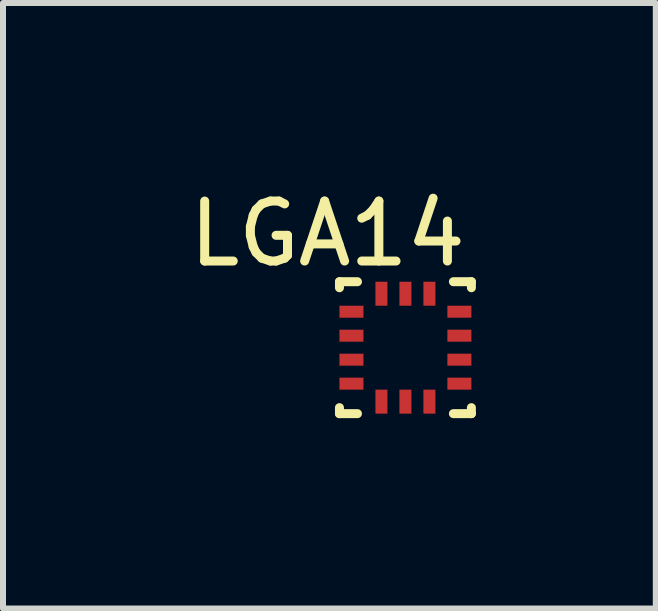
<source format=kicad_pcb>
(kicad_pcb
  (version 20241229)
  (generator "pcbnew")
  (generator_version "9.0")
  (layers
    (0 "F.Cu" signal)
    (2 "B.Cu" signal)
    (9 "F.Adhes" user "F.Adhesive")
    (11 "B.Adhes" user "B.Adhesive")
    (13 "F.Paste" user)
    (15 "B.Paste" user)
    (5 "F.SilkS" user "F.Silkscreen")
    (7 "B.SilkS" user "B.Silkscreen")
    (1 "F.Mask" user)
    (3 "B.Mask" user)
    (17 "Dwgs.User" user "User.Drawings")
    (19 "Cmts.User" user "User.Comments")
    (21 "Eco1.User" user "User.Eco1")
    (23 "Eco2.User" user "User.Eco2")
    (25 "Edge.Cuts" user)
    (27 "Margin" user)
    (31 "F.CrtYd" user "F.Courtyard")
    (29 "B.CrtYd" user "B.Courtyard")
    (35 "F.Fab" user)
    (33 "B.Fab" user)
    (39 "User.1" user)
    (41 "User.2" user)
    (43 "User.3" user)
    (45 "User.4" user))
  (footprint "LGA14"
    (layer "F.Cu")
    (at 2.611 3.848)
    (property "Reference" "LGA14" (at -0.2 -3 0) (layer "F.SilkS") (effects (font (size 1 1) (thickness 0.15))))
    (attr through_hole)
    (fp_line (start 0 -2.2) (end 0 -2.1) (stroke (width 0.15) (type solid)) (layer "F.SilkS"))
    (fp_line (start 0 -0.1) (end 0 0) (stroke (width 0.15) (type solid)) (layer "F.SilkS"))
    (fp_line (start 0 0) (end 0.3 0) (stroke (width 0.15) (type solid)) (layer "F.SilkS"))
    (fp_line (start 0.3 -2.2) (end 0 -2.2) (stroke (width 0.15) (type solid)) (layer "F.SilkS"))
    (fp_line (start 1.9 0) (end 2.2 0) (stroke (width 0.15) (type solid)) (layer "F.SilkS"))
    (fp_line (start 2.2 -2.2) (end 1.9 -2.2) (stroke (width 0.15) (type solid)) (layer "F.SilkS"))
    (fp_line (start 2.2 -2.1) (end 2.2 -2.2) (stroke (width 0.15) (type solid)) (layer "F.SilkS"))
    (fp_line (start 2.2 0) (end 2.2 -0.1) (stroke (width 0.15) (type solid)) (layer "F.SilkS"))
    (pad "1" smd rect (at 0.2 -1.7) (size 0.4 0.2) (layers "F.Cu" "F.Mask" "F.Paste"))
    (pad "2" smd rect (at 0.2 -1.3) (size 0.4 0.2) (layers "F.Cu" "F.Mask" "F.Paste"))
    (pad "3" smd rect (at 0.2 -0.9) (size 0.4 0.2) (layers "F.Cu" "F.Mask" "F.Paste"))
    (pad "4" smd rect (at 0.2 -0.5) (size 0.4 0.2) (layers "F.Cu" "F.Mask" "F.Paste"))
    (pad "5" smd rect (at 0.7 -0.2) (size 0.2 0.4) (layers "F.Cu" "F.Mask" "F.Paste"))
    (pad "6" smd rect (at 1.1 -0.2) (size 0.2 0.4) (layers "F.Cu" "F.Mask" "F.Paste"))
    (pad "7" smd rect (at 1.5 -0.2) (size 0.2 0.4) (layers "F.Cu" "F.Mask" "F.Paste"))
    (pad "8" smd rect (at 2 -0.5) (size 0.4 0.2) (layers "F.Cu" "F.Mask" "F.Paste"))
    (pad "9" smd rect (at 2 -0.9) (size 0.4 0.2) (layers "F.Cu" "F.Mask" "F.Paste"))
    (pad "10" smd rect (at 2 -1.3) (size 0.4 0.2) (layers "F.Cu" "F.Mask" "F.Paste"))
    (pad "11" smd rect (at 2 -1.7) (size 0.4 0.2) (layers "F.Cu" "F.Mask" "F.Paste"))
    (pad "12" smd rect (at 1.5 -2) (size 0.2 0.4) (layers "F.Cu" "F.Mask" "F.Paste"))
    (pad "13" smd rect (at 1.1 -2) (size 0.2 0.4) (layers "F.Cu" "F.Mask" "F.Paste"))
    (pad "14" smd rect (at 0.7 -2) (size 0.2 0.4) (layers "F.Cu" "F.Mask" "F.Paste")))
  (gr_rect
    (start -3 -3)
    (end 7.886 7.098)
    (stroke (width 0.1) (type default))
    (fill no)
    (layer "Edge.Cuts")))
</source>
